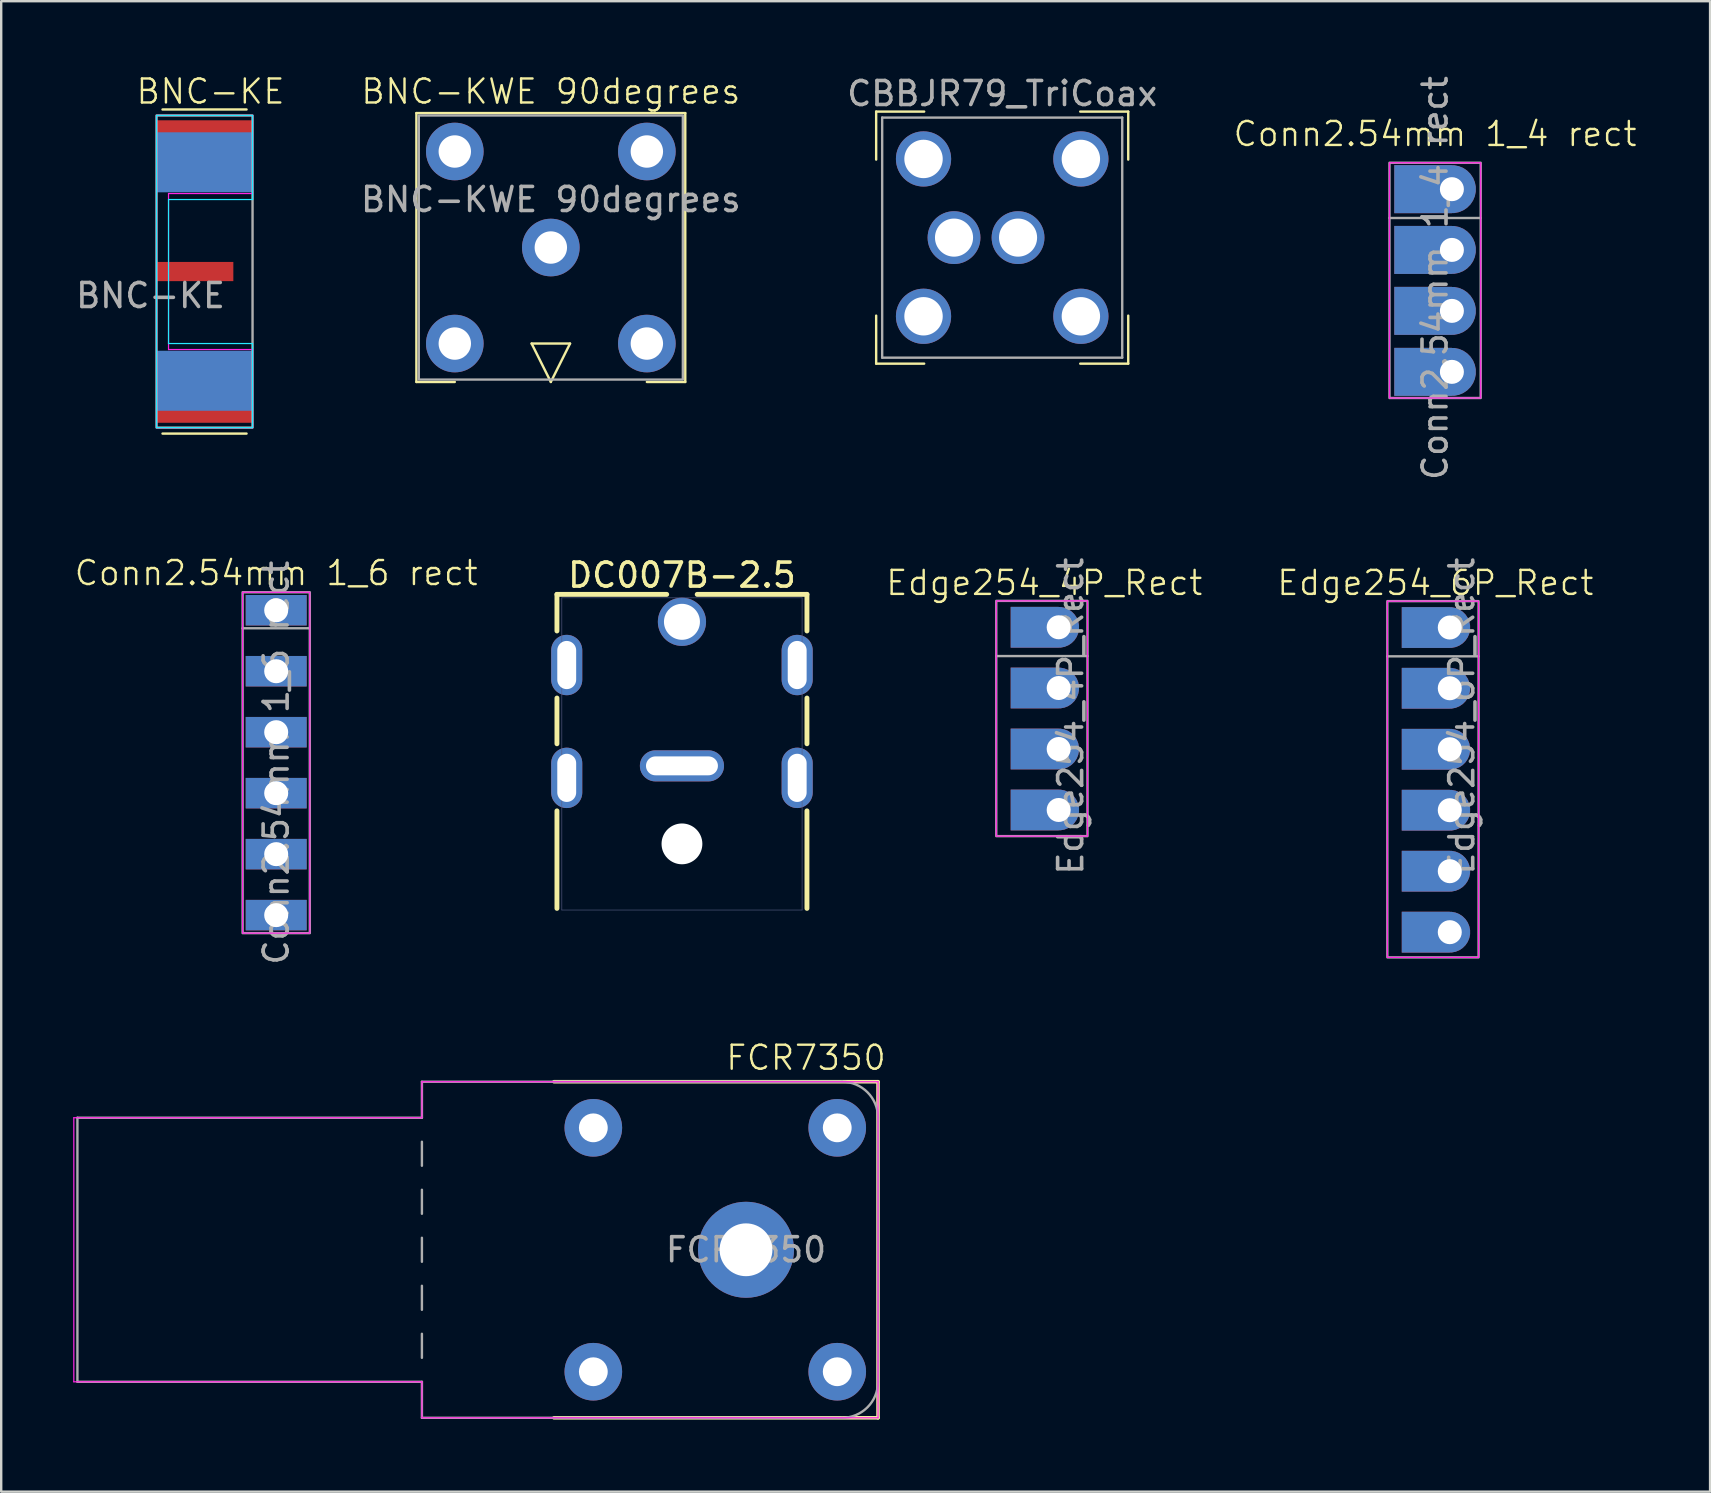
<source format=kicad_pcb>
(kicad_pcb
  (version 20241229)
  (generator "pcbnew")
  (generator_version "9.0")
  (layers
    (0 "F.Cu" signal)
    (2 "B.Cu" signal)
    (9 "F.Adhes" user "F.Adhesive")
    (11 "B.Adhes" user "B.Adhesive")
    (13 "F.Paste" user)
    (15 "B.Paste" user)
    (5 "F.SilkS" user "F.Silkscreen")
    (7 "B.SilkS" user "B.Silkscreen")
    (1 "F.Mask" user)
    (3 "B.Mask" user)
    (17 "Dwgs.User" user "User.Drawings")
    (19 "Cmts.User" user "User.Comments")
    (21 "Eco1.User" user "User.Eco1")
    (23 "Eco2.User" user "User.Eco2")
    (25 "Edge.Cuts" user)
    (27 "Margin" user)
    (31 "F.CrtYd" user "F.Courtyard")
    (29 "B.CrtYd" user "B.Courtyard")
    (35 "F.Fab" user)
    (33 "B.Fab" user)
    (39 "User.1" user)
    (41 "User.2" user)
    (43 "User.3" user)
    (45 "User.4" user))
  (footprint "BNC-KE"
    (layer "F.Cu")
    (at 3.47 8.261)
    (property "Reference" "BNC-KE" (at 2.25 -7.5 0) (unlocked yes) (layer "F.SilkS") (effects (font (size 1 1) (thickness 0.1))))
    (attr through_hole)
    (fp_line (start 0.25 -6.75) (end 3.75 -6.75) (stroke (width 0.1) (type default)) (layer "F.SilkS"))
    (fp_line (start 0.25 6.75) (end 3.75 6.75) (stroke (width 0.1) (type default)) (layer "F.SilkS"))
    (fp_line (start 0 -6.5) (end 4 -6.5) (stroke (width 0.05) (type default)) (layer "B.CrtYd"))
    (fp_line (start 0 6.5) (end 0 -6.5) (stroke (width 0.05) (type default)) (layer "B.CrtYd"))
    (fp_line (start 0.5 -3) (end 0.5 3) (stroke (width 0.05) (type default)) (layer "B.CrtYd"))
    (fp_line (start 0.5 3) (end 4 3) (stroke (width 0.05) (type default)) (layer "B.CrtYd"))
    (fp_line (start 4 -6.5) (end 4 -3) (stroke (width 0.05) (type default)) (layer "B.CrtYd"))
    (fp_line (start 4 -3) (end 0.5 -3) (stroke (width 0.05) (type default)) (layer "B.CrtYd"))
    (fp_line (start 4 3) (end 4 6.5) (stroke (width 0.05) (type default)) (layer "B.CrtYd"))
    (fp_line (start 4 6.5) (end 0 6.5) (stroke (width 0.05) (type default)) (layer "B.CrtYd"))
    (fp_line (start 0 -6.5) (end 4 -6.5) (stroke (width 0.05) (type default)) (layer "F.CrtYd"))
    (fp_line (start 0 6.5) (end 0 -6.5) (stroke (width 0.05) (type default)) (layer "F.CrtYd"))
    (fp_line (start 0.5 -3.25) (end 0.5 3.25) (stroke (width 0.05) (type default)) (layer "F.CrtYd"))
    (fp_line (start 0.5 3.25) (end 4 3.25) (stroke (width 0.05) (type default)) (layer "F.CrtYd"))
    (fp_line (start 4 -6.5) (end 4 -3.25) (stroke (width 0.05) (type default)) (layer "F.CrtYd"))
    (fp_line (start 4 -3.25) (end 0.5 -3.25) (stroke (width 0.05) (type default)) (layer "F.CrtYd"))
    (fp_line (start 4 3.25) (end 4 6.5) (stroke (width 0.05) (type default)) (layer "F.CrtYd"))
    (fp_line (start 4 6.5) (end 0 6.5) (stroke (width 0.05) (type default)) (layer "F.CrtYd"))
    (fp_rect (start 0 -6.5) (end 4 6.5) (stroke (width 0.1) (type default)) (fill no) (layer "F.Fab"))
    (fp_line (start 0 -6.5) (end 0 6.5) (stroke (width 0.1) (type default)) (layer "User.2"))
    (fp_text user "${REFERENCE}" (at -0.25 1 0) (unlocked yes) (layer "F.Fab") (effects (font (size 1 1) (thickness 0.15))))
    (fp_text user "PCB Edge" (at -0.5 3.5 90) (unlocked yes) (layer "User.2") (effects (font (size 1 1) (thickness 0.15)) (justify left bottom)))
    (pad "1" smd rect (at 1.6 0) (size 3.2 0.8) (layers "F.Cu" "F.Mask" "F.Paste"))
    (pad "2" smd rect (at 2 -5.05) (size 4 2.5) (layers "F.Cu" "F.Mask" "F.Paste"))
    (pad "2" smd rect (at 2 -4.55) (size 4 2.5) (layers "B.Cu" "B.Mask" "B.Paste"))
    (pad "2" smd rect (at 2 4.55) (size 4 2.5) (layers "B.Cu" "B.Mask" "B.Paste"))
    (pad "2" smd rect (at 2 5.05) (size 4 2.5) (layers "F.Cu" "F.Mask" "F.Paste")))
  (footprint "Conn2.54mm 1_4 rect"
    (layer "F.Cu")
    (at 56.229 8.63)
    (property "Reference" "Conn2.54mm 1_4 rect" (at 0.5 -6.1 0) (unlocked yes) (layer "F.SilkS") (effects (font (size 1 1) (thickness 0.1))))
    (attr through_hole)
    (fp_rect (start -1.4 -4.9) (end 2.4 4.9) (stroke (width 0.05) (type default)) (fill no) (layer "F.CrtYd"))
    (fp_line (start -1.4 -2.6) (end 2.4 -2.6) (stroke (width 0.1) (type default)) (layer "F.Fab"))
    (fp_rect (start -1.4 -4.9) (end 2.4 4.9) (stroke (width 0.1) (type default)) (fill no) (layer "F.Fab"))
    (fp_text user "${REFERENCE}" (at 0.5 -0.1 90) (unlocked yes) (layer "F.Fab") (effects (font (size 1 1) (thickness 0.15))))
    (pad "1" thru_hole custom (at 1.2 -3.8) (size 2 2) (drill 1) (layers "*.Cu" "*.Mask") (options (anchor circle)) (primitives (gr_rect (start -2.4 -1) (end 0 1) (width 0) (fill yes))))
    (pad "2" thru_hole custom (at 1.2 -1.27) (size 2 2) (drill 1) (layers "*.Cu" "*.Mask") (options (anchor circle)) (primitives (gr_rect (start -2.4 -1) (end 0 1) (width 0) (fill yes))))
    (pad "3" thru_hole custom (at 1.2 1.27) (size 2 2) (drill 1) (layers "*.Cu" "*.Mask") (options (anchor circle)) (primitives (gr_rect (start -2.4 -1) (end 0 1) (width 0) (fill yes))))
    (pad "4" thru_hole custom (at 1.2 3.81) (size 2 2) (drill 1) (layers "*.Cu" "*.Mask") (options (anchor circle)) (primitives (gr_rect (start -2.4 -1) (end 0 1) (width 0) (fill yes)))))
  (footprint "CBBJR79_TriCoax"
    (layer "F.Cu")
    (at 38.697 6.848)
    (property "Reference" "CBBJR79_TriCoax" (at 0 -6 0) (unlocked yes) (layer "F.SilkS") (effects (font (size 1 1) (thickness 0.1))))
    (attr through_hole)
    (fp_line (start -5.25 -5.25) (end -5.25 -3.25) (stroke (width 0.1) (type default)) (layer "F.SilkS"))
    (fp_line (start -5.25 3.25) (end -5.25 5.25) (stroke (width 0.1) (type default)) (layer "F.SilkS"))
    (fp_line (start -5.25 5.25) (end -3.25 5.25) (stroke (width 0.1) (type default)) (layer "F.SilkS"))
    (fp_line (start -3.25 -5.25) (end -5.25 -5.25) (stroke (width 0.1) (type default)) (layer "F.SilkS"))
    (fp_line (start 3.25 5.25) (end 5.25 5.25) (stroke (width 0.1) (type default)) (layer "F.SilkS"))
    (fp_line (start 5.25 -5.25) (end 3.25 -5.25) (stroke (width 0.1) (type default)) (layer "F.SilkS"))
    (fp_line (start 5.25 -3.25) (end 5.25 -5.25) (stroke (width 0.1) (type default)) (layer "F.SilkS"))
    (fp_line (start 5.25 5.25) (end 5.25 3.25) (stroke (width 0.1) (type default)) (layer "F.SilkS"))
    (fp_line (start -5 -5) (end 5 -5) (stroke (width 0.1) (type default)) (layer "F.Fab"))
    (fp_line (start -5 5) (end -5 -5) (stroke (width 0.1) (type default)) (layer "F.Fab"))
    (fp_line (start 5 -5) (end 5 5) (stroke (width 0.1) (type default)) (layer "F.Fab"))
    (fp_line (start 5 5) (end -5 5) (stroke (width 0.1) (type default)) (layer "F.Fab"))
    (fp_line (start -7.722 -5) (end -7.722 5) (stroke (width 0.1) (type default)) (layer "User.1"))
    (fp_line (start -7.722 5) (end -6.452 5) (stroke (width 0.1) (type default)) (layer "User.1"))
    (fp_line (start -6.452 -5) (end -7.722 -5) (stroke (width 0.1) (type default)) (layer "User.1"))
    (fp_line (start -6.452 -5) (end -6.452 5) (stroke (width 0.1) (type default)) (layer "User.1"))
    (fp_text user "${REFERENCE}" (at 0 -6 0) (unlocked yes) (layer "F.Fab") (effects (font (size 1 1) (thickness 0.15))))
    (fp_text user "Conn Back" (at -5 4 90) (unlocked yes) (layer "User.1") (effects (font (size 1 1) (thickness 0.15)) (justify left bottom)))
    (pad "1" thru_hole circle (at 0.66 0) (size 2.2 2.2) (drill 1.587) (layers "*.Cu" "*.Mask"))
    (pad "2" thru_hole circle (at -2.007 0) (size 2.2 2.2) (drill 1.587) (layers "*.Cu" "*.Mask"))
    (pad "3" thru_hole circle (at -3.277 -3.277) (size 2.3 2.3) (drill 1.6) (layers "*.Cu" "*.Mask"))
    (pad "3" thru_hole circle (at -3.277 3.277) (size 2.3 2.3) (drill 1.6) (layers "*.Cu" "*.Mask"))
    (pad "3" thru_hole circle (at 3.277 -3.277) (size 2.3 2.3) (drill 1.6) (layers "*.Cu" "*.Mask"))
    (pad "3" thru_hole circle (at 3.277 3.277) (size 2.3 2.3) (drill 1.6) (layers "*.Cu" "*.Mask")))
  (footprint "Edge254_6P_Rect"
    (layer "F.Cu")
    (at 57.341 29.43)
    (property "Reference" "Edge254_6P_Rect" (at -0.6 -8.2 0) (unlocked yes) (layer "F.SilkS") (effects (font (size 1 1) (thickness 0.1))))
    (attr through_hole)
    (fp_rect (start -2.6 -7.44) (end 1.2 7.4) (stroke (width 0.05) (type default)) (fill no) (layer "F.CrtYd"))
    (fp_line (start -2.6 -5.14) (end 1.2 -5.14) (stroke (width 0.1) (type default)) (layer "F.Fab"))
    (fp_rect (start -2.6 -7.44) (end 1.2 7.4) (stroke (width 0.1) (type default)) (fill no) (layer "F.Fab"))
    (fp_text user "${REFERENCE}" (at 0.5 -2.65 90) (unlocked yes) (layer "F.Fab") (effects (font (size 1 1) (thickness 0.15))))
    (pad "1" thru_hole custom (at 0 -6.34) (size 1.7 1.7) (drill 1) (layers "*.Cu" "*.Mask") (options (anchor circle)) (primitives (gr_rect (start -2 -0.85) (end 0 0.85) (width 0) (fill yes))))
    (pad "2" thru_hole custom (at 0 -3.81) (size 1.7 1.7) (drill 1) (layers "*.Cu" "*.Mask") (options (anchor circle)) (primitives (gr_rect (start -2 -0.85) (end 0 0.85) (width 0) (fill yes))))
    (pad "3" thru_hole custom (at 0 -1.27) (size 1.7 1.7) (drill 1) (layers "*.Cu" "*.Mask") (options (anchor circle)) (primitives (gr_rect (start -2 -0.85) (end 0 0.85) (width 0) (fill yes))))
    (pad "4" thru_hole custom (at 0 1.27) (size 1.7 1.7) (drill 1) (layers "*.Cu" "*.Mask") (options (anchor circle)) (primitives (gr_rect (start -2 -0.85) (end 0 0.85) (width 0) (fill yes))))
    (pad "5" thru_hole custom (at 0 3.81) (size 1.7 1.7) (drill 1) (layers "*.Cu" "*.Mask") (options (anchor circle)) (primitives (gr_rect (start -2 -0.85) (end 0 0.85) (width 0) (fill yes))))
    (pad "6" thru_hole custom (at 0 6.35) (size 1.7 1.7) (drill 1) (layers "*.Cu" "*.Mask") (options (anchor circle)) (primitives (gr_rect (start -2 -0.85) (end 0 0.85) (width 0) (fill yes)))))
  (footprint "Edge254_4P_Rect"
    (layer "F.Cu")
    (at 41.05 26.88)
    (property "Reference" "Edge254_4P_Rect" (at -0.6 -5.65 0) (unlocked yes) (layer "F.SilkS") (effects (font (size 1 1) (thickness 0.1))))
    (attr through_hole)
    (fp_rect (start -2.6 -4.9) (end 1.2 4.9) (stroke (width 0.05) (type default)) (fill no) (layer "F.CrtYd"))
    (fp_line (start -2.6 -2.6) (end 1.2 -2.6) (stroke (width 0.1) (type default)) (layer "F.Fab"))
    (fp_rect (start -2.6 -4.9) (end 1.2 4.9) (stroke (width 0.1) (type default)) (fill no) (layer "F.Fab"))
    (fp_text user "${REFERENCE}" (at 0.5 -0.1 90) (unlocked yes) (layer "F.Fab") (effects (font (size 1 1) (thickness 0.15))))
    (pad "1" thru_hole custom (at 0 -3.8) (size 1.7 1.7) (drill 1) (layers "*.Cu" "*.Mask") (options (anchor circle)) (primitives (gr_rect (start -2 -0.85) (end 0 0.85) (width 0) (fill yes))))
    (pad "2" thru_hole custom (at 0 -1.27) (size 1.7 1.7) (drill 1) (layers "*.Cu" "*.Mask") (options (anchor circle)) (primitives (gr_rect (start -2 -0.85) (end 0 0.85) (width 0) (fill yes))))
    (pad "3" thru_hole custom (at 0 1.27) (size 1.7 1.7) (drill 1) (layers "*.Cu" "*.Mask") (options (anchor circle)) (primitives (gr_rect (start -2 -0.85) (end 0 0.85) (width 0) (fill yes))))
    (pad "4" thru_hole custom (at 0 3.81) (size 1.7 1.7) (drill 1) (layers "*.Cu" "*.Mask") (options (anchor circle)) (primitives (gr_rect (start -2 -0.85) (end 0 0.85) (width 0) (fill yes)))))
  (footprint "DC007B-2.5"
    (layer "F.Cu")
    (at 25.357 22.852)
    (property "Reference" "DC007B-2.5" (at 0 -1.945 0) (layer "F.SilkS") (effects (font (size 1 1) (thickness 0.15))))
    (fp_line (start -5.207 -1.143) (end -0.635 -1.143) (stroke (width 0.203) (type solid)) (layer "F.SilkS"))
    (fp_line (start -5.207 0.381) (end -5.207 -1.143) (stroke (width 0.203) (type solid)) (layer "F.SilkS"))
    (fp_line (start -5.207 5.08) (end -5.207 3.175) (stroke (width 0.203) (type solid)) (layer "F.SilkS"))
    (fp_line (start -5.207 11.938) (end -5.207 7.874) (stroke (width 0.203) (type solid)) (layer "F.SilkS"))
    (fp_line (start 0.635 -1.143) (end 5.207 -1.143) (stroke (width 0.203) (type solid)) (layer "F.SilkS"))
    (fp_line (start 5.207 0.381) (end 5.207 -1.143) (stroke (width 0.203) (type solid)) (layer "F.SilkS"))
    (fp_line (start 5.207 5.08) (end 5.207 3.175) (stroke (width 0.203) (type solid)) (layer "F.SilkS"))
    (fp_line (start 5.207 11.938) (end 5.207 7.874) (stroke (width 0.203) (type solid)) (layer "F.SilkS"))
    (fp_line (start -5.004 -1) (end 5.004 -1) (stroke (width 0.025) (type solid)) (layer "B.Fab"))
    (fp_line (start -5.004 12.005) (end -5.004 -1) (stroke (width 0.025) (type solid)) (layer "B.Fab"))
    (fp_line (start -5.004 12.005) (end 5.004 12.005) (stroke (width 0.025) (type solid)) (layer "B.Fab"))
    (fp_line (start 5.004 12.005) (end 5.004 -1) (stroke (width 0.025) (type solid)) (layer "B.Fab"))
    (pad "" np_thru_hole circle (at 0 9.25) (size 1.7 1.7) (drill 1.7) (layers "*.Cu" "*.Mask"))
    (pad "1" thru_hole circle (at 0 0) (size 2.007 2.007) (drill 1.499) (layers "*.Cu" "*.Mask"))
    (pad "2" thru_hole oval (at -4.8 1.8 90) (size 2.515 1.295) (drill oval 2.007 0.787) (layers "*.Cu" "*.Mask"))
    (pad "2" thru_hole oval (at -4.8 6.5 90) (size 2.515 1.295) (drill oval 2.007 0.787) (layers "*.Cu" "*.Mask"))
    (pad "2" thru_hole oval (at 0 6) (size 3.505 1.295) (drill oval 2.997 0.787) (layers "*.Cu" "*.Mask"))
    (pad "2" thru_hole oval (at 4.8 1.8 90) (size 2.515 1.295) (drill oval 2.007 0.787) (layers "*.Cu" "*.Mask"))
    (pad "2" thru_hole oval (at 4.8 6.5 90) (size 2.515 1.295) (drill oval 2.007 0.787) (layers "*.Cu" "*.Mask")))
  (footprint "BNC-KWE 90degrees"
    (layer "F.Cu")
    (at 19.895 7.261)
    (property "Reference" "BNC-KWE 90degrees" (at 0 -6.5 0) (unlocked yes) (layer "F.SilkS") (effects (font (size 1 1) (thickness 0.1))))
    (attr through_hole)
    (fp_line (start -5.6 -5.6) (end -5.6 5.6) (stroke (width 0.1) (type default)) (layer "F.SilkS"))
    (fp_line (start -5.6 -5.6) (end 5.6 -5.6) (stroke (width 0.1) (type default)) (layer "F.SilkS"))
    (fp_line (start -5.6 5.6) (end -4 5.6) (stroke (width 0.1) (type default)) (layer "F.SilkS"))
    (fp_line (start -0.8 4) (end 0.8 4) (stroke (width 0.1) (type default)) (layer "F.SilkS"))
    (fp_line (start 0 5.6) (end -0.8 4) (stroke (width 0.1) (type default)) (layer "F.SilkS"))
    (fp_line (start 0.8 4) (end 0 5.6) (stroke (width 0.1) (type default)) (layer "F.SilkS"))
    (fp_line (start 5.6 -5.6) (end 5.6 5.6) (stroke (width 0.1) (type default)) (layer "F.SilkS"))
    (fp_line (start 5.6 5.6) (end 4 5.6) (stroke (width 0.1) (type default)) (layer "F.SilkS"))
    (fp_rect (start -5.5 -5.5) (end 5.5 5.5) (stroke (width 0.1) (type default)) (fill no) (layer "F.Fab"))
    (fp_text user "${REFERENCE}" (at 0 -2 0) (unlocked yes) (layer "F.Fab") (effects (font (size 1 1) (thickness 0.15))))
    (pad "1" thru_hole circle (at 0 0) (size 2.4 2.4) (drill 1.35) (layers "*.Cu" "*.Mask"))
    (pad "2" thru_hole circle (at -4 -4) (size 2.4 2.4) (drill 1.35) (layers "*.Cu" "*.Mask"))
    (pad "2" thru_hole circle (at -4 4) (size 2.4 2.4) (drill 1.35) (layers "*.Cu" "*.Mask"))
    (pad "2" thru_hole circle (at 4 -4) (size 2.4 2.4) (drill 1.35) (layers "*.Cu" "*.Mask"))
    (pad "2" thru_hole circle (at 4 4) (size 2.4 2.4) (drill 1.35) (layers "*.Cu" "*.Mask")))
  (footprint "FCR7350"
    (layer "F.Cu")
    (at 28.025 49.01)
    (property "Reference" "FCR7350" (at 2.5 -8 0) (unlocked yes) (layer "F.SilkS") (effects (font (size 1 1) (thickness 0.1))))
    (attr through_hole)
    (fp_line (start -8 -7) (end 5.5 -7) (stroke (width 0.15) (type default)) (layer "F.SilkS"))
    (fp_line (start 5.5 -7) (end 5.5 7) (stroke (width 0.15) (type default)) (layer "F.SilkS"))
    (fp_line (start 5.5 7) (end -8 7) (stroke (width 0.15) (type default)) (layer "F.SilkS"))
    (fp_line (start -28 -5.5) (end -13.5 -5.5) (stroke (width 0.05) (type default)) (layer "F.CrtYd"))
    (fp_line (start -28 5.5) (end -28 -5.5) (stroke (width 0.05) (type default)) (layer "F.CrtYd"))
    (fp_line (start -13.5 -7) (end -13.5 -5.5) (stroke (width 0.05) (type default)) (layer "F.CrtYd"))
    (fp_line (start -13.5 -7) (end 5.5 -7) (stroke (width 0.05) (type default)) (layer "F.CrtYd"))
    (fp_line (start -13.5 5.5) (end -28 5.5) (stroke (width 0.05) (type default)) (layer "F.CrtYd"))
    (fp_line (start -13.5 7) (end -13.5 5.5) (stroke (width 0.05) (type default)) (layer "F.CrtYd"))
    (fp_line (start 5.5 -7) (end 5.5 7) (stroke (width 0.05) (type default)) (layer "F.CrtYd"))
    (fp_line (start 5.5 7) (end -13.5 7) (stroke (width 0.05) (type default)) (layer "F.CrtYd"))
    (fp_line (start -27.85 -5.5) (end -27.85 5.5) (stroke (width 0.1) (type default)) (layer "F.Fab"))
    (fp_line (start -13.5 -7) (end -13.5 -5.5) (stroke (width 0.1) (type default)) (layer "F.Fab"))
    (fp_line (start -13.5 -5.5) (end -27.85 -5.5) (stroke (width 0.1) (type default)) (layer "F.Fab"))
    (fp_line (start -13.5 -4.5) (end -13.5 -3.5) (stroke (width 0.1) (type default)) (layer "F.Fab"))
    (fp_line (start -13.5 -2.5) (end -13.5 -1.5) (stroke (width 0.1) (type default)) (layer "F.Fab"))
    (fp_line (start -13.5 -0.5) (end -13.5 0.5) (stroke (width 0.1) (type default)) (layer "F.Fab"))
    (fp_line (start -13.5 1.5) (end -13.5 2.5) (stroke (width 0.1) (type default)) (layer "F.Fab"))
    (fp_line (start -13.5 3.5) (end -13.5 4.5) (stroke (width 0.1) (type default)) (layer "F.Fab"))
    (fp_line (start -13.5 5.5) (end -27.85 5.5) (stroke (width 0.1) (type default)) (layer "F.Fab"))
    (fp_line (start -13.5 7) (end -13.5 5.5) (stroke (width 0.1) (type default)) (layer "F.Fab"))
    (fp_line (start 4 -7) (end -13.5 -7) (stroke (width 0.1) (type default)) (layer "F.Fab"))
    (fp_line (start 4 7) (end -13.5 7) (stroke (width 0.1) (type default)) (layer "F.Fab"))
    (fp_line (start 5.5 -5.5) (end 5.5 5.5) (stroke (width 0.1) (type default)) (layer "F.Fab"))
    (fp_arc (start 4 -7) (mid 5.06066 -6.56066) (end 5.5 -5.5) (stroke (width 0.1) (type default)) (layer "F.Fab"))
    (fp_arc (start 5.5 5.5) (mid 5.06066 6.56066) (end 4 7) (stroke (width 0.1) (type default)) (layer "F.Fab"))
    (fp_text user "${REFERENCE}" (at 0 0 0) (unlocked yes) (layer "F.Fab") (effects (font (size 1 1) (thickness 0.15))))
    (pad "1" thru_hole circle (at 0 0) (size 4 4) (drill 2.2) (layers "*.Cu" "*.Mask"))
    (pad "SH" thru_hole circle (at -6.36 -5.08) (size 2.4 2.4) (drill 1.2) (layers "*.Cu" "*.Mask"))
    (pad "SH" thru_hole circle (at -6.36 5.08) (size 2.4 2.4) (drill 1.2) (layers "*.Cu" "*.Mask"))
    (pad "SH" thru_hole circle (at 3.8 -5.08) (size 2.4 2.4) (drill 1.2) (layers "*.Cu" "*.Mask"))
    (pad "SH" thru_hole circle (at 3.8 5.08) (size 2.4 2.4) (drill 1.2) (layers "*.Cu" "*.Mask")))
  (footprint "Conn2.54mm 1_6 rect"
    (layer "F.Cu")
    (at 8.455 28.72)
    (property "Reference" "Conn2.54mm 1_6 rect" (at 0 -7.9 0) (unlocked yes) (layer "F.SilkS") (effects (font (size 1 1) (thickness 0.1))))
    (attr through_hole)
    (fp_rect (start -1.4 -7.1) (end 1.4 7.1) (stroke (width 0.05) (type default)) (fill no) (layer "F.CrtYd"))
    (fp_line (start -1.4 -5.6) (end 1.4 -5.6) (stroke (width 0.1) (type default)) (layer "F.Fab"))
    (fp_rect (start -1.4 -7.1) (end 1.4 7.1) (stroke (width 0.1) (type default)) (fill no) (layer "F.Fab"))
    (fp_text user "${REFERENCE}" (at 0 0 90) (unlocked yes) (layer "F.Fab") (effects (font (size 1 1) (thickness 0.15))))
    (pad "1" thru_hole rect (at 0 -6.35) (size 2.54 1.27) (drill 1) (layers "*.Cu" "*.Mask"))
    (pad "2" thru_hole rect (at 0 -3.81) (size 2.54 1.27) (drill 1) (layers "*.Cu" "*.Mask"))
    (pad "3" thru_hole rect (at 0 -1.27) (size 2.54 1.27) (drill 1) (layers "*.Cu" "*.Mask"))
    (pad "4" thru_hole rect (at 0 1.27) (size 2.54 1.27) (drill 1) (layers "*.Cu" "*.Mask"))
    (pad "5" thru_hole rect (at 0 3.81) (size 2.54 1.27) (drill 1) (layers "*.Cu" "*.Mask"))
    (pad "6" thru_hole rect (at 0 6.35) (size 2.54 1.27) (drill 1) (layers "*.Cu" "*.Mask")))
  (gr_rect
    (start -3 -3)
    (end 68.184 59.085)
    (stroke (width 0.1) (type default))
    (fill no)
    (layer "Edge.Cuts")))
</source>
